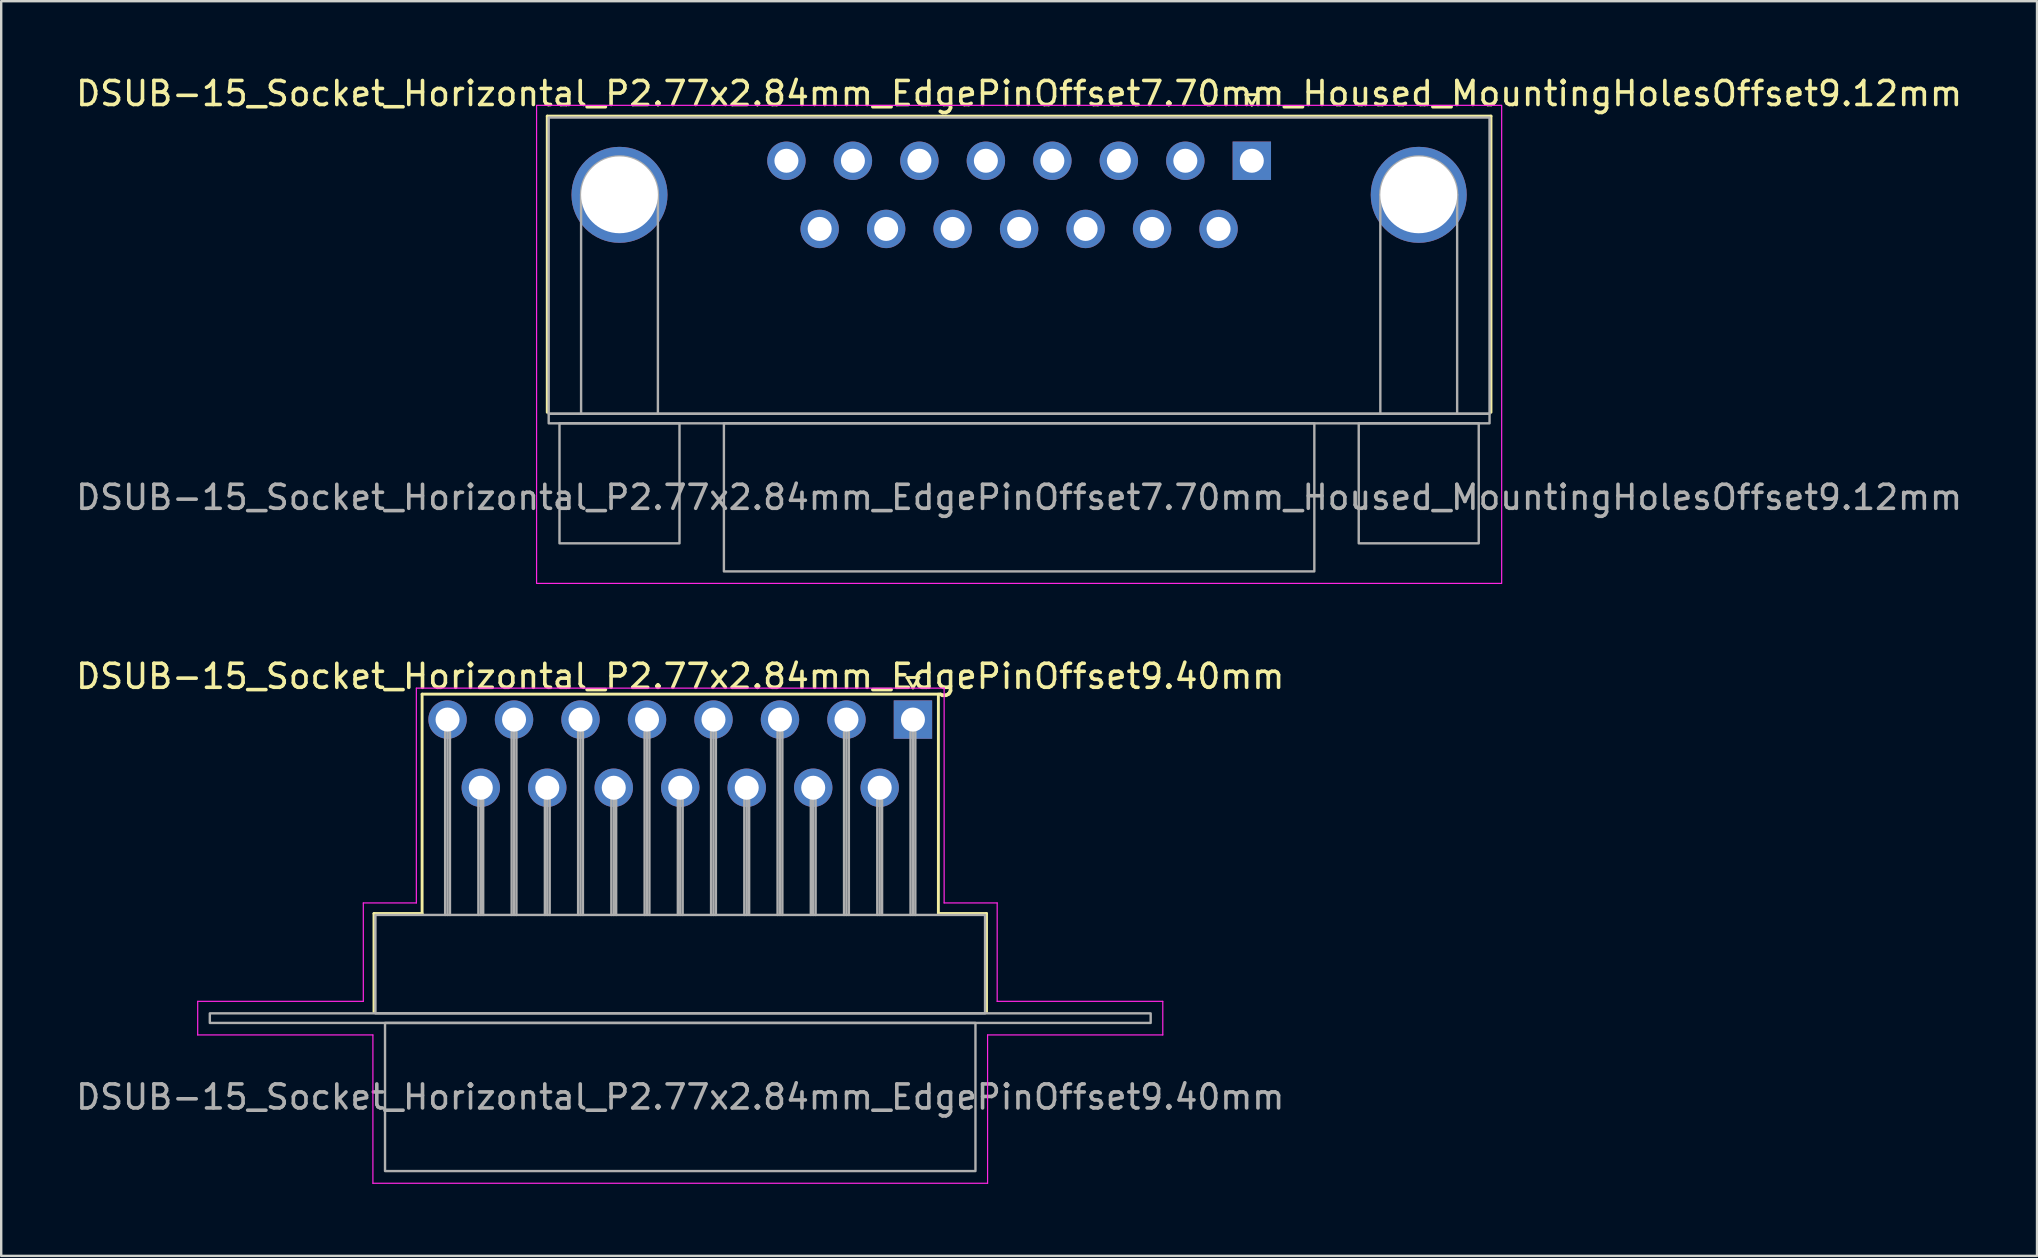
<source format=kicad_pcb>
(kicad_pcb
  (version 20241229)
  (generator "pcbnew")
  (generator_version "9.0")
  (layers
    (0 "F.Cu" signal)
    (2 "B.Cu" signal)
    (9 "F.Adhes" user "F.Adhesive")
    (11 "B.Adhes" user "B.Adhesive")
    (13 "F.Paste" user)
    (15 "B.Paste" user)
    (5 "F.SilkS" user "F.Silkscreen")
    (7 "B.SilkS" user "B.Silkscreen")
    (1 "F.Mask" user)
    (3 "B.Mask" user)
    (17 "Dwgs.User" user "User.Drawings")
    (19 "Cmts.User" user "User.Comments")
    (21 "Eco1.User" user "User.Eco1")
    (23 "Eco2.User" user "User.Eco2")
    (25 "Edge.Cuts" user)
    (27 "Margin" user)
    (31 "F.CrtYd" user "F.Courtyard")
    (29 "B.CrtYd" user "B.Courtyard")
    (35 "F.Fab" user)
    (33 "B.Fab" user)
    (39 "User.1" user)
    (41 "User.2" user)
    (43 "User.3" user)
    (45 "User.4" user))
  (footprint "DSUB-15_Socket_Horizontal_P2.77x2.84mm_EdgePinOffset9.40mm"
    (layer "F.Cu")
    (at 34.987 26.931)
    (property "Reference" "DSUB-15_Socket_Horizontal_P2.77x2.84mm_EdgePinOffset9.40mm" (at -9.695 -1.8 0) (layer "F.SilkS") (effects (font (size 1 1) (thickness 0.15))))
    (attr through_hole)
    (fp_line (start -22.455 8.08) (end -20.45 8.08) (stroke (width 0.12) (type solid)) (layer "F.SilkS"))
    (fp_line (start -22.455 12.18) (end -22.455 8.08) (stroke (width 0.12) (type solid)) (layer "F.SilkS"))
    (fp_line (start -20.45 -1.06) (end 1.06 -1.06) (stroke (width 0.12) (type solid)) (layer "F.SilkS"))
    (fp_line (start -20.45 8.08) (end -20.45 -1.06) (stroke (width 0.12) (type solid)) (layer "F.SilkS"))
    (fp_line (start -0.25 -1.754) (end 0.25 -1.754) (stroke (width 0.12) (type solid)) (layer "F.SilkS"))
    (fp_line (start 0 -1.321) (end -0.25 -1.754) (stroke (width 0.12) (type solid)) (layer "F.SilkS"))
    (fp_line (start 0.25 -1.754) (end 0 -1.321) (stroke (width 0.12) (type solid)) (layer "F.SilkS"))
    (fp_line (start 1.06 -1.06) (end 1.06 8.08) (stroke (width 0.12) (type solid)) (layer "F.SilkS"))
    (fp_line (start 1.06 8.08) (end 3.065 8.08) (stroke (width 0.12) (type solid)) (layer "F.SilkS"))
    (fp_line (start 3.065 8.08) (end 3.065 12.18) (stroke (width 0.12) (type solid)) (layer "F.SilkS"))
    (fp_line (start -29.8 11.74) (end -22.9 11.74) (stroke (width 0.05) (type solid)) (layer "F.CrtYd"))
    (fp_line (start -29.8 13.14) (end -29.8 11.74) (stroke (width 0.05) (type solid)) (layer "F.CrtYd"))
    (fp_line (start -22.9 7.64) (end -20.69 7.64) (stroke (width 0.05) (type solid)) (layer "F.CrtYd"))
    (fp_line (start -22.9 11.74) (end -22.9 7.64) (stroke (width 0.05) (type solid)) (layer "F.CrtYd"))
    (fp_line (start -22.5 13.14) (end -29.8 13.14) (stroke (width 0.05) (type solid)) (layer "F.CrtYd"))
    (fp_line (start -22.5 19.32) (end -22.5 13.14) (stroke (width 0.05) (type solid)) (layer "F.CrtYd"))
    (fp_line (start -20.69 -1.31) (end 1.3 -1.31) (stroke (width 0.05) (type solid)) (layer "F.CrtYd"))
    (fp_line (start -20.69 7.64) (end -20.69 -1.31) (stroke (width 0.05) (type solid)) (layer "F.CrtYd"))
    (fp_line (start 1.3 -1.31) (end 1.3 7.64) (stroke (width 0.05) (type solid)) (layer "F.CrtYd"))
    (fp_line (start 1.3 7.64) (end 3.51 7.64) (stroke (width 0.05) (type solid)) (layer "F.CrtYd"))
    (fp_line (start 3.11 13.14) (end 3.11 19.32) (stroke (width 0.05) (type solid)) (layer "F.CrtYd"))
    (fp_line (start 3.11 19.32) (end -22.5 19.32) (stroke (width 0.05) (type solid)) (layer "F.CrtYd"))
    (fp_line (start 3.51 7.64) (end 3.51 11.74) (stroke (width 0.05) (type solid)) (layer "F.CrtYd"))
    (fp_line (start 3.51 11.74) (end 10.41 11.74) (stroke (width 0.05) (type solid)) (layer "F.CrtYd"))
    (fp_line (start 10.41 11.74) (end 10.41 13.14) (stroke (width 0.05) (type solid)) (layer "F.CrtYd"))
    (fp_line (start 10.41 13.14) (end 3.11 13.14) (stroke (width 0.05) (type solid)) (layer "F.CrtYd"))
    (fp_line (start -19.49 0) (end -19.49 8.14) (stroke (width 0.1) (type solid)) (layer "F.Fab"))
    (fp_line (start -19.39 0) (end -19.39 8.14) (stroke (width 0.1) (type solid)) (layer "F.Fab"))
    (fp_line (start -19.29 0) (end -19.29 8.14) (stroke (width 0.1) (type solid)) (layer "F.Fab"))
    (fp_line (start -18.105 2.84) (end -18.105 8.14) (stroke (width 0.1) (type solid)) (layer "F.Fab"))
    (fp_line (start -18.005 2.84) (end -18.005 8.14) (stroke (width 0.1) (type solid)) (layer "F.Fab"))
    (fp_line (start -17.905 2.84) (end -17.905 8.14) (stroke (width 0.1) (type solid)) (layer "F.Fab"))
    (fp_line (start -16.72 0) (end -16.72 8.14) (stroke (width 0.1) (type solid)) (layer "F.Fab"))
    (fp_line (start -16.62 0) (end -16.62 8.14) (stroke (width 0.1) (type solid)) (layer "F.Fab"))
    (fp_line (start -16.52 0) (end -16.52 8.14) (stroke (width 0.1) (type solid)) (layer "F.Fab"))
    (fp_line (start -15.335 2.84) (end -15.335 8.14) (stroke (width 0.1) (type solid)) (layer "F.Fab"))
    (fp_line (start -15.235 2.84) (end -15.235 8.14) (stroke (width 0.1) (type solid)) (layer "F.Fab"))
    (fp_line (start -15.135 2.84) (end -15.135 8.14) (stroke (width 0.1) (type solid)) (layer "F.Fab"))
    (fp_line (start -13.95 0) (end -13.95 8.14) (stroke (width 0.1) (type solid)) (layer "F.Fab"))
    (fp_line (start -13.85 0) (end -13.85 8.14) (stroke (width 0.1) (type solid)) (layer "F.Fab"))
    (fp_line (start -13.75 0) (end -13.75 8.14) (stroke (width 0.1) (type solid)) (layer "F.Fab"))
    (fp_line (start -12.565 2.84) (end -12.565 8.14) (stroke (width 0.1) (type solid)) (layer "F.Fab"))
    (fp_line (start -12.465 2.84) (end -12.465 8.14) (stroke (width 0.1) (type solid)) (layer "F.Fab"))
    (fp_line (start -12.365 2.84) (end -12.365 8.14) (stroke (width 0.1) (type solid)) (layer "F.Fab"))
    (fp_line (start -11.18 0) (end -11.18 8.14) (stroke (width 0.1) (type solid)) (layer "F.Fab"))
    (fp_line (start -11.08 0) (end -11.08 8.14) (stroke (width 0.1) (type solid)) (layer "F.Fab"))
    (fp_line (start -10.98 0) (end -10.98 8.14) (stroke (width 0.1) (type solid)) (layer "F.Fab"))
    (fp_line (start -9.795 2.84) (end -9.795 8.14) (stroke (width 0.1) (type solid)) (layer "F.Fab"))
    (fp_line (start -9.695 2.84) (end -9.695 8.14) (stroke (width 0.1) (type solid)) (layer "F.Fab"))
    (fp_line (start -9.595 2.84) (end -9.595 8.14) (stroke (width 0.1) (type solid)) (layer "F.Fab"))
    (fp_line (start -8.41 0) (end -8.41 8.14) (stroke (width 0.1) (type solid)) (layer "F.Fab"))
    (fp_line (start -8.31 0) (end -8.31 8.14) (stroke (width 0.1) (type solid)) (layer "F.Fab"))
    (fp_line (start -8.21 0) (end -8.21 8.14) (stroke (width 0.1) (type solid)) (layer "F.Fab"))
    (fp_line (start -7.025 2.84) (end -7.025 8.14) (stroke (width 0.1) (type solid)) (layer "F.Fab"))
    (fp_line (start -6.925 2.84) (end -6.925 8.14) (stroke (width 0.1) (type solid)) (layer "F.Fab"))
    (fp_line (start -6.825 2.84) (end -6.825 8.14) (stroke (width 0.1) (type solid)) (layer "F.Fab"))
    (fp_line (start -5.64 0) (end -5.64 8.14) (stroke (width 0.1) (type solid)) (layer "F.Fab"))
    (fp_line (start -5.54 0) (end -5.54 8.14) (stroke (width 0.1) (type solid)) (layer "F.Fab"))
    (fp_line (start -5.44 0) (end -5.44 8.14) (stroke (width 0.1) (type solid)) (layer "F.Fab"))
    (fp_line (start -4.255 2.84) (end -4.255 8.14) (stroke (width 0.1) (type solid)) (layer "F.Fab"))
    (fp_line (start -4.155 2.84) (end -4.155 8.14) (stroke (width 0.1) (type solid)) (layer "F.Fab"))
    (fp_line (start -4.055 2.84) (end -4.055 8.14) (stroke (width 0.1) (type solid)) (layer "F.Fab"))
    (fp_line (start -2.87 0) (end -2.87 8.14) (stroke (width 0.1) (type solid)) (layer "F.Fab"))
    (fp_line (start -2.77 0) (end -2.77 8.14) (stroke (width 0.1) (type solid)) (layer "F.Fab"))
    (fp_line (start -2.67 0) (end -2.67 8.14) (stroke (width 0.1) (type solid)) (layer "F.Fab"))
    (fp_line (start -1.485 2.84) (end -1.485 8.14) (stroke (width 0.1) (type solid)) (layer "F.Fab"))
    (fp_line (start -1.385 2.84) (end -1.385 8.14) (stroke (width 0.1) (type solid)) (layer "F.Fab"))
    (fp_line (start -1.285 2.84) (end -1.285 8.14) (stroke (width 0.1) (type solid)) (layer "F.Fab"))
    (fp_line (start -0.1 0) (end -0.1 8.14) (stroke (width 0.1) (type solid)) (layer "F.Fab"))
    (fp_line (start 0 0) (end 0 8.14) (stroke (width 0.1) (type solid)) (layer "F.Fab"))
    (fp_line (start 0.1 0) (end 0.1 8.14) (stroke (width 0.1) (type solid)) (layer "F.Fab"))
    (fp_rect (start -29.295 12.24) (end 9.905 12.64) (stroke (width 0.1) (type solid)) (fill no) (layer "F.Fab"))
    (fp_rect (start -22.395 8.14) (end 3.005 12.24) (stroke (width 0.1) (type solid)) (fill no) (layer "F.Fab"))
    (fp_rect (start -21.995 12.64) (end 2.605 18.81) (stroke (width 0.1) (type solid)) (fill no) (layer "F.Fab"))
    (fp_text user "${REFERENCE}" (at -9.695 15.725 0) (layer "F.Fab") (effects (font (size 1 1) (thickness 0.15))))
    (pad "1" thru_hole rect (at 0 0) (size 1.6 1.6) (drill 1) (layers "*.Cu" "*.Mask"))
    (pad "2" thru_hole circle (at -2.77 0) (size 1.6 1.6) (drill 1) (layers "*.Cu" "*.Mask"))
    (pad "3" thru_hole circle (at -5.54 0) (size 1.6 1.6) (drill 1) (layers "*.Cu" "*.Mask"))
    (pad "4" thru_hole circle (at -8.31 0) (size 1.6 1.6) (drill 1) (layers "*.Cu" "*.Mask"))
    (pad "5" thru_hole circle (at -11.08 0) (size 1.6 1.6) (drill 1) (layers "*.Cu" "*.Mask"))
    (pad "6" thru_hole circle (at -13.85 0) (size 1.6 1.6) (drill 1) (layers "*.Cu" "*.Mask"))
    (pad "7" thru_hole circle (at -16.62 0) (size 1.6 1.6) (drill 1) (layers "*.Cu" "*.Mask"))
    (pad "8" thru_hole circle (at -19.39 0) (size 1.6 1.6) (drill 1) (layers "*.Cu" "*.Mask"))
    (pad "9" thru_hole circle (at -1.385 2.84) (size 1.6 1.6) (drill 1) (layers "*.Cu" "*.Mask"))
    (pad "10" thru_hole circle (at -4.155 2.84) (size 1.6 1.6) (drill 1) (layers "*.Cu" "*.Mask"))
    (pad "11" thru_hole circle (at -6.925 2.84) (size 1.6 1.6) (drill 1) (layers "*.Cu" "*.Mask"))
    (pad "12" thru_hole circle (at -9.695 2.84) (size 1.6 1.6) (drill 1) (layers "*.Cu" "*.Mask"))
    (pad "13" thru_hole circle (at -12.465 2.84) (size 1.6 1.6) (drill 1) (layers "*.Cu" "*.Mask"))
    (pad "14" thru_hole circle (at -15.235 2.84) (size 1.6 1.6) (drill 1) (layers "*.Cu" "*.Mask"))
    (pad "15" thru_hole circle (at -18.005 2.84) (size 1.6 1.6) (drill 1) (layers "*.Cu" "*.Mask")))
  (footprint "DSUB-15_Socket_Horizontal_P2.77x2.84mm_EdgePinOffset7.70mm_Housed_MountingHolesOffset9.12mm"
    (layer "F.Cu")
    (at 49.106 3.648)
    (property "Reference" "DSUB-15_Socket_Horizontal_P2.77x2.84mm_EdgePinOffset7.70mm_Housed_MountingHolesOffset9.12mm" (at -9.695 -2.8 0) (layer "F.SilkS") (effects (font (size 1 1) (thickness 0.15))))
    (attr through_hole)
    (fp_line (start -29.355 -1.86) (end 9.965 -1.86) (stroke (width 0.12) (type solid)) (layer "F.SilkS"))
    (fp_line (start -29.355 10.48) (end -29.355 -1.86) (stroke (width 0.12) (type solid)) (layer "F.SilkS"))
    (fp_line (start -0.25 -2.754) (end 0.25 -2.754) (stroke (width 0.12) (type solid)) (layer "F.SilkS"))
    (fp_line (start 0 -2.321) (end -0.25 -2.754) (stroke (width 0.12) (type solid)) (layer "F.SilkS"))
    (fp_line (start 0.25 -2.754) (end 0 -2.321) (stroke (width 0.12) (type solid)) (layer "F.SilkS"))
    (fp_line (start 9.965 -1.86) (end 9.965 10.48) (stroke (width 0.12) (type solid)) (layer "F.SilkS"))
    (fp_rect (start -29.8 -2.31) (end 10.41 17.61) (stroke (width 0.05) (type solid)) (fill no) (layer "F.CrtYd"))
    (fp_line (start -27.945 10.54) (end -27.945 1.42) (stroke (width 0.1) (type solid)) (layer "F.Fab"))
    (fp_line (start -24.745 10.54) (end -24.745 1.42) (stroke (width 0.1) (type solid)) (layer "F.Fab"))
    (fp_line (start 5.355 10.54) (end 5.355 1.42) (stroke (width 0.1) (type solid)) (layer "F.Fab"))
    (fp_line (start 8.555 10.54) (end 8.555 1.42) (stroke (width 0.1) (type solid)) (layer "F.Fab"))
    (fp_rect (start -29.295 -1.8) (end 9.905 10.54) (stroke (width 0.1) (type solid)) (fill no) (layer "F.Fab"))
    (fp_rect (start -29.295 10.54) (end 9.905 10.94) (stroke (width 0.1) (type solid)) (fill no) (layer "F.Fab"))
    (fp_rect (start -28.845 10.94) (end -23.845 15.94) (stroke (width 0.1) (type solid)) (fill no) (layer "F.Fab"))
    (fp_rect (start -21.995 10.94) (end 2.605 17.11) (stroke (width 0.1) (type solid)) (fill no) (layer "F.Fab"))
    (fp_rect (start 4.455 10.94) (end 9.455 15.94) (stroke (width 0.1) (type solid)) (fill no) (layer "F.Fab"))
    (fp_arc (start -27.945 1.42) (mid -26.345 -0.18) (end -24.745 1.42) (stroke (width 0.1) (type solid)) (layer "F.Fab"))
    (fp_arc (start 5.355 1.42) (mid 6.955 -0.18) (end 8.555 1.42) (stroke (width 0.1) (type solid)) (layer "F.Fab"))
    (fp_text user "${REFERENCE}" (at -9.695 14.025 0) (layer "F.Fab") (effects (font (size 1 1) (thickness 0.15))))
    (pad "1" thru_hole rect (at 0 0) (size 1.6 1.6) (drill 1) (layers "*.Cu" "*.Mask"))
    (pad "2" thru_hole circle (at -2.77 0) (size 1.6 1.6) (drill 1) (layers "*.Cu" "*.Mask"))
    (pad "3" thru_hole circle (at -5.54 0) (size 1.6 1.6) (drill 1) (layers "*.Cu" "*.Mask"))
    (pad "4" thru_hole circle (at -8.31 0) (size 1.6 1.6) (drill 1) (layers "*.Cu" "*.Mask"))
    (pad "5" thru_hole circle (at -11.08 0) (size 1.6 1.6) (drill 1) (layers "*.Cu" "*.Mask"))
    (pad "6" thru_hole circle (at -13.85 0) (size 1.6 1.6) (drill 1) (layers "*.Cu" "*.Mask"))
    (pad "7" thru_hole circle (at -16.62 0) (size 1.6 1.6) (drill 1) (layers "*.Cu" "*.Mask"))
    (pad "8" thru_hole circle (at -19.39 0) (size 1.6 1.6) (drill 1) (layers "*.Cu" "*.Mask"))
    (pad "9" thru_hole circle (at -1.385 2.84) (size 1.6 1.6) (drill 1) (layers "*.Cu" "*.Mask"))
    (pad "10" thru_hole circle (at -4.155 2.84) (size 1.6 1.6) (drill 1) (layers "*.Cu" "*.Mask"))
    (pad "11" thru_hole circle (at -6.925 2.84) (size 1.6 1.6) (drill 1) (layers "*.Cu" "*.Mask"))
    (pad "12" thru_hole circle (at -9.695 2.84) (size 1.6 1.6) (drill 1) (layers "*.Cu" "*.Mask"))
    (pad "13" thru_hole circle (at -12.465 2.84) (size 1.6 1.6) (drill 1) (layers "*.Cu" "*.Mask"))
    (pad "14" thru_hole circle (at -15.235 2.84) (size 1.6 1.6) (drill 1) (layers "*.Cu" "*.Mask"))
    (pad "15" thru_hole circle (at -18.005 2.84) (size 1.6 1.6) (drill 1) (layers "*.Cu" "*.Mask"))
    (pad "SH" thru_hole circle (at -26.345 1.42) (size 4 4) (drill 3.2) (layers "*.Cu" "*.Mask"))
    (pad "SH" thru_hole circle (at 6.955 1.42) (size 4 4) (drill 3.2) (layers "*.Cu" "*.Mask")))
  (gr_rect
    (start -3 -3)
    (end 81.821 49.276)
    (stroke (width 0.1) (type default))
    (fill no)
    (layer "Edge.Cuts")))
</source>
